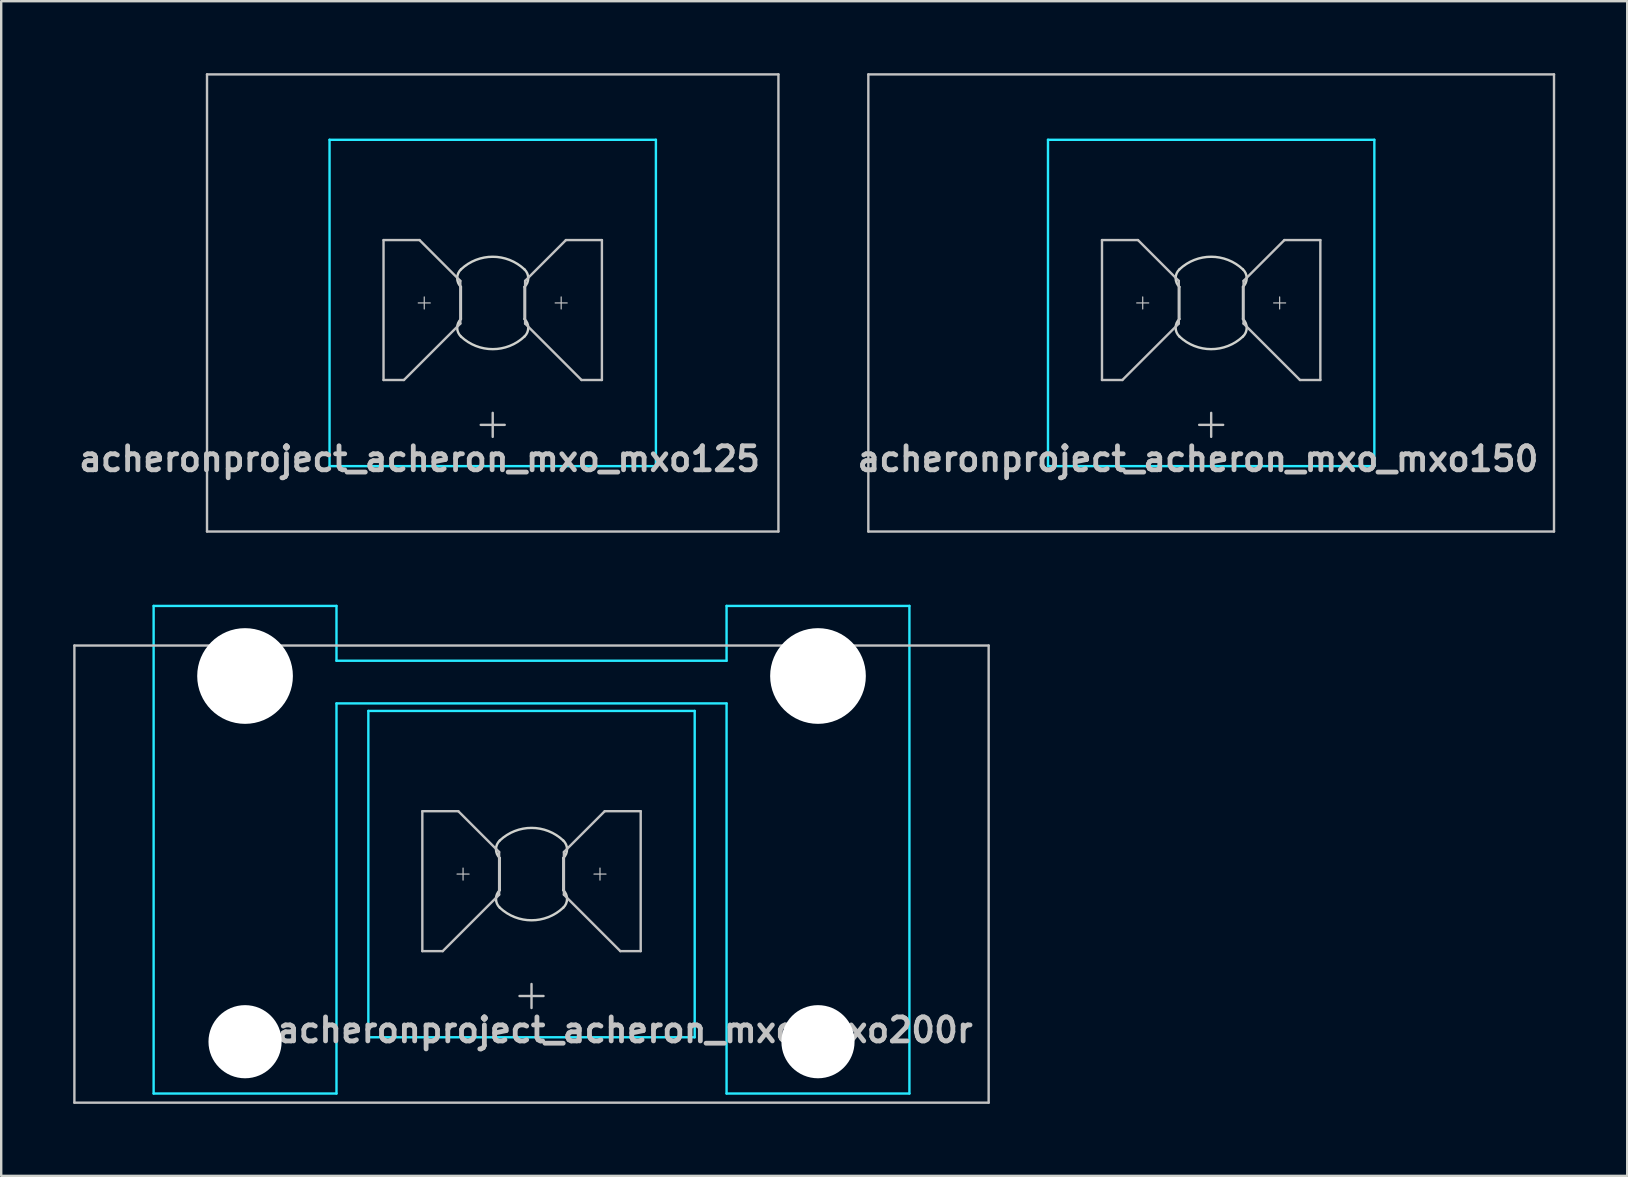
<source format=kicad_pcb>
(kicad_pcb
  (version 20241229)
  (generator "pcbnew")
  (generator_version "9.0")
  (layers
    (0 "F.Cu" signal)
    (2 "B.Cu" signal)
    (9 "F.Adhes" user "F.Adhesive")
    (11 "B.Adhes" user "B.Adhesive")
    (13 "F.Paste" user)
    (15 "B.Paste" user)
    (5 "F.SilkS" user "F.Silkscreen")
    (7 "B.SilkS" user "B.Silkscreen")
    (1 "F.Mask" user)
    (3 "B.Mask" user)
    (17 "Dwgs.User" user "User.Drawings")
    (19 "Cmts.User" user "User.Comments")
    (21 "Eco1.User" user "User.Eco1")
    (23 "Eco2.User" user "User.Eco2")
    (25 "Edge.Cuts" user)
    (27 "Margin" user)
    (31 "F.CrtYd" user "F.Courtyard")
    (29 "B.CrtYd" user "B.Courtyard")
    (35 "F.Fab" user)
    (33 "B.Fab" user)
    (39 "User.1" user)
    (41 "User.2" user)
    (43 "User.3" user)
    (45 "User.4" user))
  (footprint "acheronproject_acheron_mxo_mxo150"
    (layer "F.Cu")
    (at 47.423 9.575)
    (property "Reference" "acheronproject_acheron_mxo_mxo150" (at 13.75 6.5 0) (layer "Dwgs.User") (effects (font (size 1 1) (thickness 0.2)) (justify right)))
    (attr through_hole)
    (fp_line (start -14.287 -9.525) (end -14.287 9.525) (stroke (width 0.1) (type solid)) (layer "Dwgs.User"))
    (fp_line (start -14.287 -9.525) (end 14.287 -9.525) (stroke (width 0.1) (type solid)) (layer "Dwgs.User"))
    (fp_line (start -14.287 9.525) (end 14.287 9.525) (stroke (width 0.1) (type solid)) (layer "Dwgs.User"))
    (fp_line (start -4.55 -2.62) (end -3.05 -2.62) (stroke (width 0.1) (type solid)) (layer "Dwgs.User"))
    (fp_line (start -4.55 3.21) (end -4.55 -2.62) (stroke (width 0.1) (type solid)) (layer "Dwgs.User"))
    (fp_line (start -3.7 3.21) (end -4.55 3.21) (stroke (width 0.1) (type solid)) (layer "Dwgs.User"))
    (fp_line (start -3.103 0) (end -2.603 0) (stroke (width 0.05) (type solid)) (layer "Dwgs.User"))
    (fp_line (start -3.05 -2.62) (end -1.35 -0.92) (stroke (width 0.1) (type solid)) (layer "Dwgs.User"))
    (fp_line (start -2.853 -0.25) (end -2.853 0.25) (stroke (width 0.05) (type solid)) (layer "Dwgs.User"))
    (fp_line (start -1.35 -0.92) (end -1.35 0.86) (stroke (width 0.1) (type solid)) (layer "Dwgs.User"))
    (fp_line (start -1.35 0.86) (end -3.7 3.21) (stroke (width 0.1) (type solid)) (layer "Dwgs.User"))
    (fp_line (start -0.5 5.08) (end 0.5 5.08) (stroke (width 0.1) (type solid)) (layer "Dwgs.User"))
    (fp_line (start 0 4.58) (end 0 5.58) (stroke (width 0.1) (type solid)) (layer "Dwgs.User"))
    (fp_line (start 1.35 -0.92) (end 1.35 0.86) (stroke (width 0.1) (type solid)) (layer "Dwgs.User"))
    (fp_line (start 1.35 0.86) (end 3.7 3.21) (stroke (width 0.1) (type solid)) (layer "Dwgs.User"))
    (fp_line (start 2.603 0) (end 3.103 0) (stroke (width 0.05) (type solid)) (layer "Dwgs.User"))
    (fp_line (start 2.853 -0.25) (end 2.853 0.25) (stroke (width 0.05) (type solid)) (layer "Dwgs.User"))
    (fp_line (start 3.05 -2.62) (end 1.35 -0.92) (stroke (width 0.1) (type solid)) (layer "Dwgs.User"))
    (fp_line (start 3.7 3.21) (end 4.55 3.21) (stroke (width 0.1) (type solid)) (layer "Dwgs.User"))
    (fp_line (start 4.55 -2.62) (end 3.05 -2.62) (stroke (width 0.1) (type solid)) (layer "Dwgs.User"))
    (fp_line (start 4.55 3.21) (end 4.55 -2.62) (stroke (width 0.1) (type solid)) (layer "Dwgs.User"))
    (fp_line (start 14.287 -9.525) (end 14.287 9.525) (stroke (width 0.1) (type solid)) (layer "Dwgs.User"))
    (fp_line (start -7 -6.5) (end -7 6.5) (stroke (width 0.1) (type solid)) (layer "Eco1.User"))
    (fp_line (start -6.5 7) (end 6.5 7) (stroke (width 0.1) (type solid)) (layer "Eco1.User"))
    (fp_line (start 6.5 -7) (end -6.5 -7) (stroke (width 0.1) (type solid)) (layer "Eco1.User"))
    (fp_line (start 7 6.5) (end 7 -6.5) (stroke (width 0.1) (type solid)) (layer "Eco1.User"))
    (fp_arc (start -7 -6.5) (mid -6.853553 -6.853553) (end -6.5 -7) (stroke (width 0.1) (type solid)) (layer "Eco1.User"))
    (fp_arc (start -6.5 7) (mid -6.853553 6.853553) (end -7 6.5) (stroke (width 0.1) (type solid)) (layer "Eco1.User"))
    (fp_arc (start 6.5 -7) (mid 6.853553 -6.853553) (end 7 -6.5) (stroke (width 0.1) (type solid)) (layer "Eco1.User"))
    (fp_arc (start 7 6.5) (mid 6.853553 6.853553) (end 6.5 7) (stroke (width 0.1) (type solid)) (layer "Eco1.User"))
    (fp_line (start -1.325 -0.671) (end -1.325 0.671) (stroke (width 0.1) (type solid)) (layer "Edge.Cuts"))
    (fp_line (start 1.325 0.671) (end 1.325 -0.671) (stroke (width 0.1) (type solid)) (layer "Edge.Cuts"))
    (fp_arc (start -1.325 -1.396424) (mid 0 -1.925) (end 1.325 -1.396424) (stroke (width 0.1) (type solid)) (layer "Edge.Cuts"))
    (fp_arc (start -1.325 -0.671009) (mid -1.480844 -1.033717) (end -1.325 -1.396424) (stroke (width 0.1) (type solid)) (layer "Edge.Cuts"))
    (fp_arc (start -1.325 1.396424) (mid -1.480844 1.033717) (end -1.325 0.671009) (stroke (width 0.1) (type solid)) (layer "Edge.Cuts"))
    (fp_arc (start 1.325 -1.396424) (mid 1.480844 -1.033717) (end 1.325 -0.671009) (stroke (width 0.1) (type solid)) (layer "Edge.Cuts"))
    (fp_arc (start 1.325 0.671009) (mid 1.480844 1.033717) (end 1.325 1.396424) (stroke (width 0.1) (type solid)) (layer "Edge.Cuts"))
    (fp_arc (start 1.325 1.396424) (mid 0 1.925) (end -1.325 1.396424) (stroke (width 0.1) (type solid)) (layer "Edge.Cuts"))
    (fp_line (start -6.8 -6.8) (end 6.8 -6.8) (stroke (width 0.1) (type solid)) (layer "B.CrtYd"))
    (fp_line (start -6.8 6.8) (end -6.8 -6.8) (stroke (width 0.1) (type solid)) (layer "B.CrtYd"))
    (fp_line (start -6.8 6.8) (end 6.8 6.8) (stroke (width 0.1) (type solid)) (layer "B.CrtYd"))
    (fp_line (start 6.8 6.8) (end 6.8 -6.8) (stroke (width 0.1) (type solid)) (layer "B.CrtYd")))
  (footprint "acheronproject_acheron_mxo_mxo200r"
    (layer "F.Cu")
    (at 19.1 33.376)
    (property "Reference" "acheronproject_acheron_mxo_mxo200r" (at 18.5 6.5 0) (layer "Dwgs.User") (effects (font (size 1 1) (thickness 0.2)) (justify right)))
    (attr through_hole)
    (fp_line (start -19.05 -9.525) (end -19.05 9.525) (stroke (width 0.1) (type solid)) (layer "Dwgs.User"))
    (fp_line (start -19.05 -9.525) (end 19.05 -9.525) (stroke (width 0.1) (type solid)) (layer "Dwgs.User"))
    (fp_line (start -19.05 9.525) (end 19.05 9.525) (stroke (width 0.1) (type solid)) (layer "Dwgs.User"))
    (fp_line (start -4.55 -2.62) (end -3.05 -2.62) (stroke (width 0.1) (type solid)) (layer "Dwgs.User"))
    (fp_line (start -4.55 3.21) (end -4.55 -2.62) (stroke (width 0.1) (type solid)) (layer "Dwgs.User"))
    (fp_line (start -3.7 3.21) (end -4.55 3.21) (stroke (width 0.1) (type solid)) (layer "Dwgs.User"))
    (fp_line (start -3.103 0) (end -2.603 0) (stroke (width 0.05) (type solid)) (layer "Dwgs.User"))
    (fp_line (start -3.05 -2.62) (end -1.35 -0.92) (stroke (width 0.1) (type solid)) (layer "Dwgs.User"))
    (fp_line (start -2.853 -0.25) (end -2.853 0.25) (stroke (width 0.05) (type solid)) (layer "Dwgs.User"))
    (fp_line (start -1.35 -0.92) (end -1.35 0.86) (stroke (width 0.1) (type solid)) (layer "Dwgs.User"))
    (fp_line (start -1.35 0.86) (end -3.7 3.21) (stroke (width 0.1) (type solid)) (layer "Dwgs.User"))
    (fp_line (start -0.5 5.08) (end 0.5 5.08) (stroke (width 0.1) (type solid)) (layer "Dwgs.User"))
    (fp_line (start 0 4.58) (end 0 5.58) (stroke (width 0.1) (type solid)) (layer "Dwgs.User"))
    (fp_line (start 1.35 -0.92) (end 1.35 0.86) (stroke (width 0.1) (type solid)) (layer "Dwgs.User"))
    (fp_line (start 1.35 0.86) (end 3.7 3.21) (stroke (width 0.1) (type solid)) (layer "Dwgs.User"))
    (fp_line (start 2.603 0) (end 3.103 0) (stroke (width 0.05) (type solid)) (layer "Dwgs.User"))
    (fp_line (start 2.853 -0.25) (end 2.853 0.25) (stroke (width 0.05) (type solid)) (layer "Dwgs.User"))
    (fp_line (start 3.05 -2.62) (end 1.35 -0.92) (stroke (width 0.1) (type solid)) (layer "Dwgs.User"))
    (fp_line (start 3.7 3.21) (end 4.55 3.21) (stroke (width 0.1) (type solid)) (layer "Dwgs.User"))
    (fp_line (start 4.55 -2.62) (end 3.05 -2.62) (stroke (width 0.1) (type solid)) (layer "Dwgs.User"))
    (fp_line (start 4.55 3.21) (end 4.55 -2.62) (stroke (width 0.1) (type solid)) (layer "Dwgs.User"))
    (fp_line (start 19.05 -9.525) (end 19.05 9.525) (stroke (width 0.1) (type solid)) (layer "Dwgs.User"))
    (fp_line (start -15.438 -8.515) (end -15.438 5.485) (stroke (width 0.1) (type solid)) (layer "Eco1.User"))
    (fp_line (start -14.938 -9.015) (end -8.938 -9.015) (stroke (width 0.1) (type solid)) (layer "Eco1.User"))
    (fp_line (start -8.938 5.985) (end -14.938 5.985) (stroke (width 0.1) (type solid)) (layer "Eco1.User"))
    (fp_line (start -8.438 5.485) (end -8.438 -8.515) (stroke (width 0.1) (type solid)) (layer "Eco1.User"))
    (fp_line (start -7 -6.5) (end -7 6.5) (stroke (width 0.1) (type solid)) (layer "Eco1.User"))
    (fp_line (start -6.5 7) (end 6.5 7) (stroke (width 0.1) (type solid)) (layer "Eco1.User"))
    (fp_line (start 6.5 -7) (end -6.5 -7) (stroke (width 0.1) (type solid)) (layer "Eco1.User"))
    (fp_line (start 7 6.5) (end 7 -6.5) (stroke (width 0.1) (type solid)) (layer "Eco1.User"))
    (fp_line (start 8.438 -8.515) (end 8.438 5.485) (stroke (width 0.1) (type solid)) (layer "Eco1.User"))
    (fp_line (start 8.938 -9.015) (end 14.938 -9.015) (stroke (width 0.1) (type solid)) (layer "Eco1.User"))
    (fp_line (start 14.938 5.985) (end 8.938 5.985) (stroke (width 0.1) (type solid)) (layer "Eco1.User"))
    (fp_line (start 15.438 5.485) (end 15.438 -8.515) (stroke (width 0.1) (type solid)) (layer "Eco1.User"))
    (fp_arc (start -15.438 -8.515) (mid -15.291553 -8.868553) (end -14.938 -9.015) (stroke (width 0.1) (type solid)) (layer "Eco1.User"))
    (fp_arc (start -14.938 5.985) (mid -15.291553 5.838553) (end -15.438 5.485) (stroke (width 0.1) (type solid)) (layer "Eco1.User"))
    (fp_arc (start -8.938 -9.015) (mid -8.584447 -8.868553) (end -8.438 -8.515) (stroke (width 0.1) (type solid)) (layer "Eco1.User"))
    (fp_arc (start -8.438 5.485) (mid -8.584447 5.838553) (end -8.938 5.985) (stroke (width 0.1) (type solid)) (layer "Eco1.User"))
    (fp_arc (start -7 -6.5) (mid -6.853553 -6.853553) (end -6.5 -7) (stroke (width 0.1) (type solid)) (layer "Eco1.User"))
    (fp_arc (start -6.5 7) (mid -6.853553 6.853553) (end -7 6.5) (stroke (width 0.1) (type solid)) (layer "Eco1.User"))
    (fp_arc (start 6.5 -7) (mid 6.853553 -6.853553) (end 7 -6.5) (stroke (width 0.1) (type solid)) (layer "Eco1.User"))
    (fp_arc (start 7 6.5) (mid 6.853553 6.853553) (end 6.5 7) (stroke (width 0.1) (type solid)) (layer "Eco1.User"))
    (fp_arc (start 8.438 -8.515) (mid 8.584447 -8.868553) (end 8.938 -9.015) (stroke (width 0.1) (type solid)) (layer "Eco1.User"))
    (fp_arc (start 8.938 5.985) (mid 8.584447 5.838553) (end 8.438 5.485) (stroke (width 0.1) (type solid)) (layer "Eco1.User"))
    (fp_arc (start 14.938 -9.015) (mid 15.291553 -8.868553) (end 15.438 -8.515) (stroke (width 0.1) (type solid)) (layer "Eco1.User"))
    (fp_arc (start 15.438 5.485) (mid 15.291553 5.838553) (end 14.938 5.985) (stroke (width 0.1) (type solid)) (layer "Eco1.User"))
    (fp_line (start -1.325 -0.671) (end -1.325 0.671) (stroke (width 0.1) (type solid)) (layer "Edge.Cuts"))
    (fp_line (start 1.325 0.671) (end 1.325 -0.671) (stroke (width 0.1) (type solid)) (layer "Edge.Cuts"))
    (fp_arc (start -1.325 -1.396424) (mid 0 -1.925) (end 1.325 -1.396424) (stroke (width 0.1) (type solid)) (layer "Edge.Cuts"))
    (fp_arc (start -1.325 -0.671009) (mid -1.480844 -1.033717) (end -1.325 -1.396424) (stroke (width 0.1) (type solid)) (layer "Edge.Cuts"))
    (fp_arc (start -1.325 1.396424) (mid -1.480844 1.033717) (end -1.325 0.671009) (stroke (width 0.1) (type solid)) (layer "Edge.Cuts"))
    (fp_arc (start 1.325 -1.396424) (mid 1.480844 -1.033717) (end 1.325 -0.671009) (stroke (width 0.1) (type solid)) (layer "Edge.Cuts"))
    (fp_arc (start 1.325 0.671009) (mid 1.480844 1.033717) (end 1.325 1.396424) (stroke (width 0.1) (type solid)) (layer "Edge.Cuts"))
    (fp_arc (start 1.325 1.396424) (mid 0 1.925) (end -1.325 1.396424) (stroke (width 0.1) (type solid)) (layer "Edge.Cuts"))
    (fp_line (start -15.748 9.144) (end -15.748 -11.176) (stroke (width 0.1) (type solid)) (layer "B.CrtYd"))
    (fp_line (start -8.128 -11.176) (end -15.748 -11.176) (stroke (width 0.1) (type solid)) (layer "B.CrtYd"))
    (fp_line (start -8.128 -8.89) (end -8.128 -11.176) (stroke (width 0.1) (type solid)) (layer "B.CrtYd"))
    (fp_line (start -8.128 -7.112) (end -8.128 9.144) (stroke (width 0.1) (type solid)) (layer "B.CrtYd"))
    (fp_line (start -8.128 9.144) (end -15.748 9.144) (stroke (width 0.1) (type solid)) (layer "B.CrtYd"))
    (fp_line (start -6.8 -6.8) (end -6.8 6.8) (stroke (width 0.1) (type solid)) (layer "B.CrtYd"))
    (fp_line (start 6.8 -6.8) (end -6.8 -6.8) (stroke (width 0.1) (type solid)) (layer "B.CrtYd"))
    (fp_line (start 6.8 -6.8) (end 6.8 6.8) (stroke (width 0.1) (type solid)) (layer "B.CrtYd"))
    (fp_line (start 6.8 6.8) (end -6.8 6.8) (stroke (width 0.1) (type solid)) (layer "B.CrtYd"))
    (fp_line (start 8.128 -8.89) (end -8.128 -8.89) (stroke (width 0.1) (type solid)) (layer "B.CrtYd"))
    (fp_line (start 8.128 -8.89) (end 8.128 -11.176) (stroke (width 0.1) (type solid)) (layer "B.CrtYd"))
    (fp_line (start 8.128 -7.112) (end -8.128 -7.112) (stroke (width 0.1) (type solid)) (layer "B.CrtYd"))
    (fp_line (start 8.128 -7.112) (end 8.128 9.144) (stroke (width 0.1) (type solid)) (layer "B.CrtYd"))
    (fp_line (start 15.748 -11.176) (end 8.128 -11.176) (stroke (width 0.1) (type solid)) (layer "B.CrtYd"))
    (fp_line (start 15.748 9.144) (end 8.128 9.144) (stroke (width 0.1) (type solid)) (layer "B.CrtYd"))
    (fp_line (start 15.748 9.144) (end 15.748 -11.176) (stroke (width 0.1) (type solid)) (layer "B.CrtYd"))
    (pad "" np_thru_hole circle (at -11.938 -8.255) (size 3.988 3.988) (drill 3.988) (layers "*.Cu" "*.Mask"))
    (pad "" np_thru_hole circle (at -11.938 6.985) (size 3.048 3.048) (drill 3.048) (layers "*.Cu" "*.Mask"))
    (pad "" np_thru_hole circle (at 11.938 -8.255) (size 3.988 3.988) (drill 3.988) (layers "*.Cu" "*.Mask"))
    (pad "" np_thru_hole circle (at 11.938 6.985) (size 3.048 3.048) (drill 3.048) (layers "*.Cu" "*.Mask")))
  (footprint "acheronproject_acheron_mxo_mxo125"
    (layer "F.Cu")
    (at 17.483 9.575)
    (property "Reference" "acheronproject_acheron_mxo_mxo125" (at 11.25 6.5 0) (layer "Dwgs.User") (effects (font (size 1 1) (thickness 0.2)) (justify right)))
    (attr through_hole)
    (fp_line (start -11.906 -9.525) (end -11.906 9.525) (stroke (width 0.1) (type solid)) (layer "Dwgs.User"))
    (fp_line (start -11.906 -9.525) (end 11.906 -9.525) (stroke (width 0.1) (type solid)) (layer "Dwgs.User"))
    (fp_line (start -11.906 9.525) (end 11.906 9.525) (stroke (width 0.1) (type solid)) (layer "Dwgs.User"))
    (fp_line (start -4.55 -2.62) (end -3.05 -2.62) (stroke (width 0.1) (type solid)) (layer "Dwgs.User"))
    (fp_line (start -4.55 3.21) (end -4.55 -2.62) (stroke (width 0.1) (type solid)) (layer "Dwgs.User"))
    (fp_line (start -3.7 3.21) (end -4.55 3.21) (stroke (width 0.1) (type solid)) (layer "Dwgs.User"))
    (fp_line (start -3.103 0) (end -2.603 0) (stroke (width 0.05) (type solid)) (layer "Dwgs.User"))
    (fp_line (start -3.05 -2.62) (end -1.35 -0.92) (stroke (width 0.1) (type solid)) (layer "Dwgs.User"))
    (fp_line (start -2.853 -0.25) (end -2.853 0.25) (stroke (width 0.05) (type solid)) (layer "Dwgs.User"))
    (fp_line (start -1.35 -0.92) (end -1.35 0.86) (stroke (width 0.1) (type solid)) (layer "Dwgs.User"))
    (fp_line (start -1.35 0.86) (end -3.7 3.21) (stroke (width 0.1) (type solid)) (layer "Dwgs.User"))
    (fp_line (start -0.5 5.08) (end 0.5 5.08) (stroke (width 0.1) (type solid)) (layer "Dwgs.User"))
    (fp_line (start 0 4.58) (end 0 5.58) (stroke (width 0.1) (type solid)) (layer "Dwgs.User"))
    (fp_line (start 1.35 -0.92) (end 1.35 0.86) (stroke (width 0.1) (type solid)) (layer "Dwgs.User"))
    (fp_line (start 1.35 0.86) (end 3.7 3.21) (stroke (width 0.1) (type solid)) (layer "Dwgs.User"))
    (fp_line (start 2.603 0) (end 3.103 0) (stroke (width 0.05) (type solid)) (layer "Dwgs.User"))
    (fp_line (start 2.853 -0.25) (end 2.853 0.25) (stroke (width 0.05) (type solid)) (layer "Dwgs.User"))
    (fp_line (start 3.05 -2.62) (end 1.35 -0.92) (stroke (width 0.1) (type solid)) (layer "Dwgs.User"))
    (fp_line (start 3.7 3.21) (end 4.55 3.21) (stroke (width 0.1) (type solid)) (layer "Dwgs.User"))
    (fp_line (start 4.55 -2.62) (end 3.05 -2.62) (stroke (width 0.1) (type solid)) (layer "Dwgs.User"))
    (fp_line (start 4.55 3.21) (end 4.55 -2.62) (stroke (width 0.1) (type solid)) (layer "Dwgs.User"))
    (fp_line (start 11.906 -9.525) (end 11.906 9.525) (stroke (width 0.1) (type solid)) (layer "Dwgs.User"))
    (fp_line (start -7 -6.5) (end -7 6.5) (stroke (width 0.1) (type solid)) (layer "Eco1.User"))
    (fp_line (start -6.5 7) (end 6.5 7) (stroke (width 0.1) (type solid)) (layer "Eco1.User"))
    (fp_line (start 6.5 -7) (end -6.5 -7) (stroke (width 0.1) (type solid)) (layer "Eco1.User"))
    (fp_line (start 7 6.5) (end 7 -6.5) (stroke (width 0.1) (type solid)) (layer "Eco1.User"))
    (fp_arc (start -7 -6.5) (mid -6.853553 -6.853553) (end -6.5 -7) (stroke (width 0.1) (type solid)) (layer "Eco1.User"))
    (fp_arc (start -6.5 7) (mid -6.853553 6.853553) (end -7 6.5) (stroke (width 0.1) (type solid)) (layer "Eco1.User"))
    (fp_arc (start 6.5 -7) (mid 6.853553 -6.853553) (end 7 -6.5) (stroke (width 0.1) (type solid)) (layer "Eco1.User"))
    (fp_arc (start 7 6.5) (mid 6.853553 6.853553) (end 6.5 7) (stroke (width 0.1) (type solid)) (layer "Eco1.User"))
    (fp_line (start -1.325 -0.671) (end -1.325 0.671) (stroke (width 0.1) (type solid)) (layer "Edge.Cuts"))
    (fp_line (start 1.325 0.671) (end 1.325 -0.671) (stroke (width 0.1) (type solid)) (layer "Edge.Cuts"))
    (fp_arc (start -1.325 -1.396424) (mid 0 -1.925) (end 1.325 -1.396424) (stroke (width 0.1) (type solid)) (layer "Edge.Cuts"))
    (fp_arc (start -1.325 -0.671009) (mid -1.480844 -1.033717) (end -1.325 -1.396424) (stroke (width 0.1) (type solid)) (layer "Edge.Cuts"))
    (fp_arc (start -1.325 1.396424) (mid -1.480844 1.033717) (end -1.325 0.671009) (stroke (width 0.1) (type solid)) (layer "Edge.Cuts"))
    (fp_arc (start 1.325 -1.396424) (mid 1.480844 -1.033717) (end 1.325 -0.671009) (stroke (width 0.1) (type solid)) (layer "Edge.Cuts"))
    (fp_arc (start 1.325 0.671009) (mid 1.480844 1.033717) (end 1.325 1.396424) (stroke (width 0.1) (type solid)) (layer "Edge.Cuts"))
    (fp_arc (start 1.325 1.396424) (mid 0 1.925) (end -1.325 1.396424) (stroke (width 0.1) (type solid)) (layer "Edge.Cuts"))
    (fp_line (start -6.8 -6.8) (end -6.8 6.8) (stroke (width 0.1) (type solid)) (layer "B.CrtYd"))
    (fp_line (start -6.8 -6.8) (end 6.8 -6.8) (stroke (width 0.1) (type solid)) (layer "B.CrtYd"))
    (fp_line (start -6.8 6.8) (end 6.8 6.8) (stroke (width 0.1) (type solid)) (layer "B.CrtYd"))
    (fp_line (start 6.8 6.8) (end 6.8 -6.8) (stroke (width 0.1) (type solid)) (layer "B.CrtYd")))
  (gr_rect
    (start -3 -3)
    (end 64.76 45.951)
    (stroke (width 0.1) (type default))
    (fill no)
    (layer "Edge.Cuts")))
</source>
